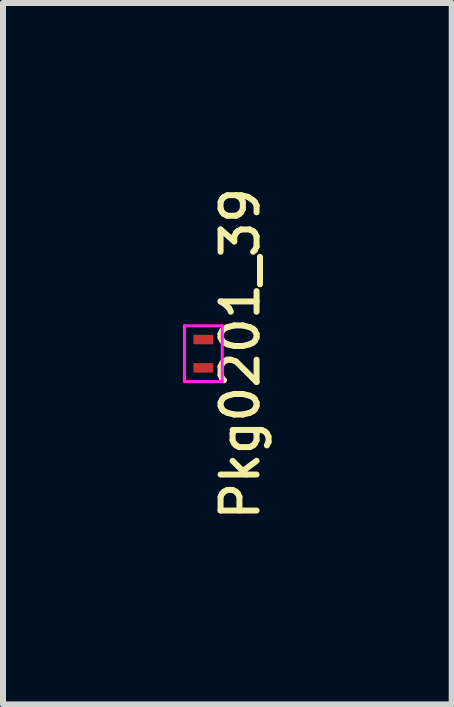
<source format=kicad_pcb>
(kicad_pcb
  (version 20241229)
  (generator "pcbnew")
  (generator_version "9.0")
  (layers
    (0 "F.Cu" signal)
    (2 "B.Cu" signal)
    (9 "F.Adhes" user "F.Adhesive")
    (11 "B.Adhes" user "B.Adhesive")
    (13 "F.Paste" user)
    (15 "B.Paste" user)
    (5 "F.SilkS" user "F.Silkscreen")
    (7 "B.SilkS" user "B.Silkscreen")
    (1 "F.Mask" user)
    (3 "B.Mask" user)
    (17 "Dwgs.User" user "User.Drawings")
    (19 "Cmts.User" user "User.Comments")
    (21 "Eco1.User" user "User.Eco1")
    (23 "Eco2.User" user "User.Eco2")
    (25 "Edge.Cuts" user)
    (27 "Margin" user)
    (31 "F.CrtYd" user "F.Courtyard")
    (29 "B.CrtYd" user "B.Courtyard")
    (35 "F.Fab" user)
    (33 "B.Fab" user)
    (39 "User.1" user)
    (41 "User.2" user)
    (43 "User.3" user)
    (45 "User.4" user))
  (footprint "Pkg0201_39"
    (layer "F.Cu")
    (at 0.34 2.847)
    (property "Reference" "Pkg0201_39" (at 0.615 0 90) (layer "F.SilkS") (effects (font (size 0.6 0.6) (thickness 0.1))))
    (fp_line (start -0.315 -0.465) (end -0.315 0.465) (stroke (width 0.05) (type solid)) (layer "F.CrtYd"))
    (fp_line (start -0.315 0.465) (end 0.315 0.465) (stroke (width 0.05) (type solid)) (layer "F.CrtYd"))
    (fp_line (start 0.315 -0.465) (end -0.315 -0.465) (stroke (width 0.05) (type solid)) (layer "F.CrtYd"))
    (fp_line (start 0.315 0.465) (end 0.315 -0.465) (stroke (width 0.05) (type solid)) (layer "F.CrtYd"))
    (pad "1" smd rect (at 0 -0.236) (size 0.33 0.158) (layers "F.Cu" "F.Mask" "F.Paste"))
    (pad "2" smd rect (at 0 0.236) (size 0.33 0.158) (layers "F.Cu" "F.Mask" "F.Paste")))
  (gr_rect
    (start -3 -3)
    (end 4.481 8.694)
    (stroke (width 0.1) (type default))
    (fill no)
    (layer "Edge.Cuts")))
</source>
